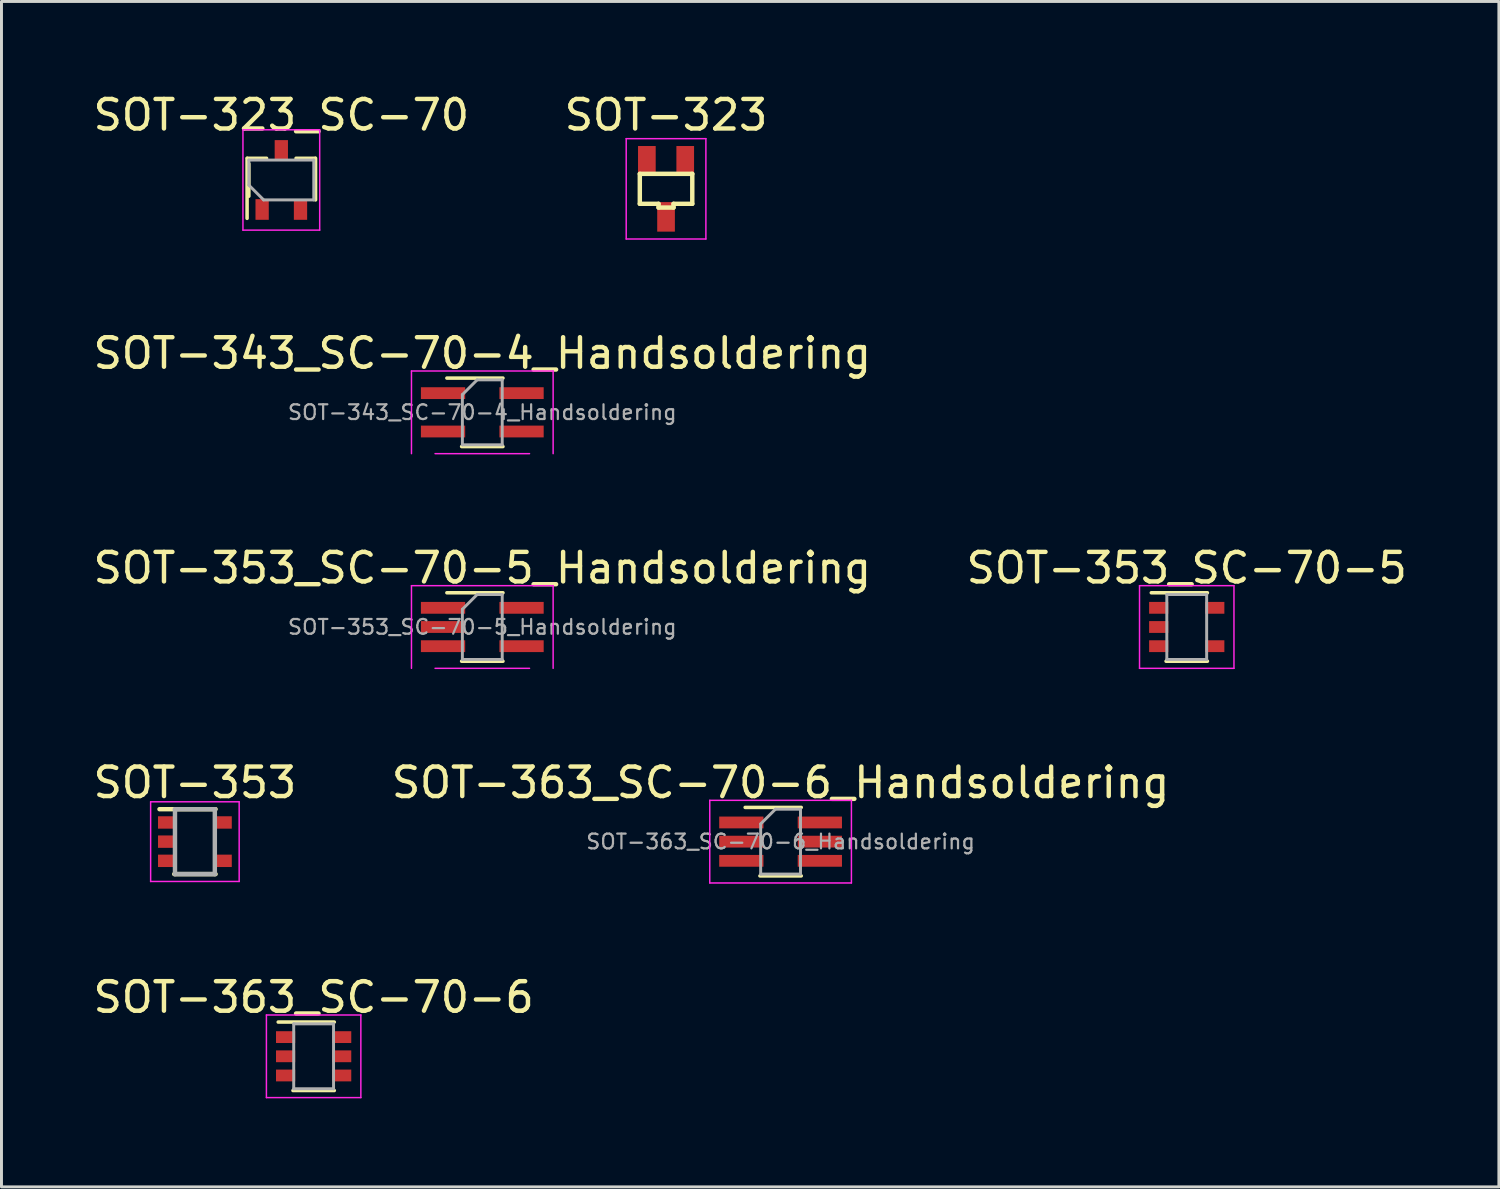
<source format=kicad_pcb>
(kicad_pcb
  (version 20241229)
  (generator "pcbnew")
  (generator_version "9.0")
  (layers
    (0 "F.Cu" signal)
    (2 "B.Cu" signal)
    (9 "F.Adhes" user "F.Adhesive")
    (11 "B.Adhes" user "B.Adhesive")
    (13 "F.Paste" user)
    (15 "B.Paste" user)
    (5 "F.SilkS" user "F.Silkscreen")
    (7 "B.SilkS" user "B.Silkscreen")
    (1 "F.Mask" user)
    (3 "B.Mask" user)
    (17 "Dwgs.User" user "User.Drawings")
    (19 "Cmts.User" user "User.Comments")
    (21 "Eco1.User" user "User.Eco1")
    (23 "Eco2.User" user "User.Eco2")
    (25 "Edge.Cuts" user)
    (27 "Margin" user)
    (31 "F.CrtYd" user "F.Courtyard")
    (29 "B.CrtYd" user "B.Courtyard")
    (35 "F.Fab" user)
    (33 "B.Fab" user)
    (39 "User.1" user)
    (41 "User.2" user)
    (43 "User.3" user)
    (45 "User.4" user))
  (footprint "SOT-323"
    (layer "F.Cu")
    (at 19.518 3.348)
    (property "Reference" "SOT-323" (at 0 -2.5 0) (layer "F.SilkS") (effects (font (size 1 1) (thickness 0.15))))
    (attr smd)
    (fp_line (start -0.889 -0.508) (end -0.889 0.508) (stroke (width 0.15) (type solid)) (layer "F.SilkS"))
    (fp_line (start -0.889 0.508) (end -0.254 0.508) (stroke (width 0.15) (type solid)) (layer "F.SilkS"))
    (fp_line (start -0.254 0.508) (end -0.254 0.635) (stroke (width 0.15) (type solid)) (layer "F.SilkS"))
    (fp_line (start -0.254 0.635) (end 0.254 0.635) (stroke (width 0.15) (type solid)) (layer "F.SilkS"))
    (fp_line (start 0.254 0.508) (end 0.889 0.508) (stroke (width 0.15) (type solid)) (layer "F.SilkS"))
    (fp_line (start 0.254 0.635) (end 0.254 0.508) (stroke (width 0.15) (type solid)) (layer "F.SilkS"))
    (fp_line (start 0.889 -0.508) (end -0.889 -0.508) (stroke (width 0.15) (type solid)) (layer "F.SilkS"))
    (fp_line (start 0.889 0.508) (end 0.889 -0.508) (stroke (width 0.15) (type solid)) (layer "F.SilkS"))
    (fp_line (start -1.35 -1.7) (end -1.35 1.7) (stroke (width 0.05) (type solid)) (layer "F.CrtYd"))
    (fp_line (start -1.35 -1.7) (end 1.35 -1.7) (stroke (width 0.05) (type solid)) (layer "F.CrtYd"))
    (fp_line (start -1.35 1.7) (end 1.35 1.7) (stroke (width 0.05) (type solid)) (layer "F.CrtYd"))
    (fp_line (start 1.35 -1.7) (end 1.35 1.7) (stroke (width 0.05) (type solid)) (layer "F.CrtYd"))
    (pad "1" smd rect (at 0.65 -0.95) (size 0.599 1.001) (layers "F.Cu" "F.Mask" "F.Paste"))
    (pad "2" smd rect (at -0.65 -0.95) (size 0.599 1.001) (layers "F.Cu" "F.Mask" "F.Paste"))
    (pad "3" smd rect (at 0 0.95) (size 0.599 1.001) (layers "F.Cu" "F.Mask" "F.Paste")))
  (footprint "SOT-363_SC-70-6_Handsoldering"
    (layer "F.Cu")
    (at 23.399 25.468)
    (property "Reference" "SOT-363_SC-70-6_Handsoldering" (at 0 -2 0) (layer "F.SilkS") (effects (font (size 1 1) (thickness 0.15))))
    (attr smd)
    (fp_line (start -0.7 1.16) (end 0.7 1.16) (stroke (width 0.12) (type solid)) (layer "F.SilkS"))
    (fp_line (start 0.7 -1.16) (end -1.2 -1.16) (stroke (width 0.12) (type solid)) (layer "F.SilkS"))
    (fp_line (start -2.4 -1.4) (end -2.4 1.4) (stroke (width 0.05) (type solid)) (layer "F.CrtYd"))
    (fp_line (start -2.4 -1.4) (end 2.4 -1.4) (stroke (width 0.05) (type solid)) (layer "F.CrtYd"))
    (fp_line (start -2.4 1.4) (end 2.4 1.4) (stroke (width 0.05) (type solid)) (layer "F.CrtYd"))
    (fp_line (start 2.4 1.4) (end 2.4 -1.4) (stroke (width 0.05) (type solid)) (layer "F.CrtYd"))
    (fp_line (start -0.675 -0.6) (end -0.675 1.1) (stroke (width 0.1) (type solid)) (layer "F.Fab"))
    (fp_line (start -0.175 -1.1) (end -0.675 -0.6) (stroke (width 0.1) (type solid)) (layer "F.Fab"))
    (fp_line (start 0.675 -1.1) (end -0.175 -1.1) (stroke (width 0.1) (type solid)) (layer "F.Fab"))
    (fp_line (start 0.675 -1.1) (end 0.675 1.1) (stroke (width 0.1) (type solid)) (layer "F.Fab"))
    (fp_line (start 0.675 1.1) (end -0.675 1.1) (stroke (width 0.1) (type solid)) (layer "F.Fab"))
    (fp_text user "${REFERENCE}" (at 0 0 0) (layer "F.Fab") (effects (font (size 0.5 0.5) (thickness 0.075))))
    (pad "1" smd rect (at -1.33 -0.65) (size 1.5 0.4) (layers "F.Cu" "F.Mask" "F.Paste"))
    (pad "2" smd rect (at -1.33 0) (size 1.5 0.4) (layers "F.Cu" "F.Mask" "F.Paste"))
    (pad "3" smd rect (at -1.33 0.65) (size 1.5 0.4) (layers "F.Cu" "F.Mask" "F.Paste"))
    (pad "4" smd rect (at 1.33 0.65) (size 1.5 0.4) (layers "F.Cu" "F.Mask" "F.Paste"))
    (pad "5" smd rect (at 1.33 0) (size 1.5 0.4) (layers "F.Cu" "F.Mask" "F.Paste"))
    (pad "6" smd rect (at 1.33 -0.65) (size 1.5 0.4) (layers "F.Cu" "F.Mask" "F.Paste")))
  (footprint "SOT-363_SC-70-6"
    (layer "F.Cu")
    (at 7.577 32.741)
    (property "Reference" "SOT-363_SC-70-6" (at 0 -2 0) (layer "F.SilkS") (effects (font (size 1 1) (thickness 0.15))))
    (attr smd)
    (fp_line (start -0.7 1.16) (end 0.7 1.16) (stroke (width 0.12) (type solid)) (layer "F.SilkS"))
    (fp_line (start 0.7 -1.16) (end -1.2 -1.16) (stroke (width 0.12) (type solid)) (layer "F.SilkS"))
    (fp_line (start -1.6 -1.4) (end -1.6 1.4) (stroke (width 0.05) (type solid)) (layer "F.CrtYd"))
    (fp_line (start -1.6 -1.4) (end 1.6 -1.4) (stroke (width 0.05) (type solid)) (layer "F.CrtYd"))
    (fp_line (start -1.6 1.4) (end 1.6 1.4) (stroke (width 0.05) (type solid)) (layer "F.CrtYd"))
    (fp_line (start 1.6 1.4) (end 1.6 -1.4) (stroke (width 0.05) (type solid)) (layer "F.CrtYd"))
    (fp_line (start -0.675 -1.1) (end -0.675 1.1) (stroke (width 0.1) (type solid)) (layer "F.Fab"))
    (fp_line (start 0.675 -1.1) (end -0.675 -1.1) (stroke (width 0.1) (type solid)) (layer "F.Fab"))
    (fp_line (start 0.675 -1.1) (end 0.675 1.1) (stroke (width 0.1) (type solid)) (layer "F.Fab"))
    (fp_line (start 0.675 1.1) (end -0.675 1.1) (stroke (width 0.1) (type solid)) (layer "F.Fab"))
    (pad "1" smd rect (at -0.95 -0.65) (size 0.65 0.4) (layers "F.Cu" "F.Mask" "F.Paste"))
    (pad "2" smd rect (at -0.95 0) (size 0.65 0.4) (layers "F.Cu" "F.Mask" "F.Paste"))
    (pad "3" smd rect (at -0.95 0.65) (size 0.65 0.4) (layers "F.Cu" "F.Mask" "F.Paste"))
    (pad "4" smd rect (at 0.95 0.65) (size 0.65 0.4) (layers "F.Cu" "F.Mask" "F.Paste"))
    (pad "5" smd rect (at 0.95 0) (size 0.65 0.4) (layers "F.Cu" "F.Mask" "F.Paste"))
    (pad "6" smd rect (at 0.95 -0.65) (size 0.65 0.4) (layers "F.Cu" "F.Mask" "F.Paste")))
  (footprint "SOT-323_SC-70"
    (layer "F.Cu")
    (at 6.482 3.048)
    (property "Reference" "SOT-323_SC-70" (at 0 -2.2 0) (layer "F.SilkS") (effects (font (size 1 1) (thickness 0.15))))
    (attr smd)
    (fp_line (start -1.16 -0.735) (end -1.16 1.3) (stroke (width 0.12) (type solid)) (layer "F.SilkS"))
    (fp_line (start -1.15 -0.735) (end -0.5 -0.735) (stroke (width 0.12) (type solid)) (layer "F.SilkS"))
    (fp_line (start -1.1 -0.55) (end -1.1 0.55) (stroke (width 0.12) (type solid)) (layer "F.SilkS"))
    (fp_line (start 0.5 -0.735) (end 1.15 -0.735) (stroke (width 0.12) (type solid)) (layer "F.SilkS"))
    (fp_line (start 1.16 0.675) (end 1.16 -0.735) (stroke (width 0.12) (type solid)) (layer "F.SilkS"))
    (fp_line (start -1.3 -1.7) (end 1.3 -1.7) (stroke (width 0.05) (type solid)) (layer "F.CrtYd"))
    (fp_line (start -1.3 1.7) (end -1.3 -1.7) (stroke (width 0.05) (type solid)) (layer "F.CrtYd"))
    (fp_line (start 1.3 -1.7) (end 1.3 1.7) (stroke (width 0.05) (type solid)) (layer "F.CrtYd"))
    (fp_line (start 1.3 1.7) (end -1.3 1.7) (stroke (width 0.05) (type solid)) (layer "F.CrtYd"))
    (fp_line (start -1.1 -0.675) (end -1.1 0.175) (stroke (width 0.1) (type solid)) (layer "F.Fab"))
    (fp_line (start -1.1 -0.675) (end 1.1 -0.675) (stroke (width 0.1) (type solid)) (layer "F.Fab"))
    (fp_line (start -1.1 0.175) (end -0.6 0.675) (stroke (width 0.1) (type solid)) (layer "F.Fab"))
    (fp_line (start -0.6 0.675) (end 1.1 0.675) (stroke (width 0.1) (type solid)) (layer "F.Fab"))
    (fp_line (start 1.1 -0.675) (end 1.1 0.675) (stroke (width 0.1) (type solid)) (layer "F.Fab"))
    (pad "1" smd rect (at -0.65 1) (size 0.45 0.7) (layers "F.Cu" "F.Mask" "F.Paste"))
    (pad "2" smd rect (at 0.65 1) (size 0.45 0.7) (layers "F.Cu" "F.Mask" "F.Paste"))
    (pad "3" smd rect (at 0 -1) (size 0.45 0.7) (layers "F.Cu" "F.Mask" "F.Paste")))
  (footprint "SOT-353"
    (layer "F.Cu")
    (at 3.554 25.468)
    (property "Reference" "SOT-353" (at 0 -2 0) (layer "F.SilkS") (effects (font (size 1 1) (thickness 0.15))))
    (attr smd)
    (fp_line (start -0.7 1.1) (end 0.7 1.1) (stroke (width 0.15) (type solid)) (layer "F.SilkS"))
    (fp_line (start 0.7 -1.1) (end -1.2 -1.1) (stroke (width 0.15) (type solid)) (layer "F.SilkS"))
    (fp_line (start -1.5 -1.35) (end -1.5 1.35) (stroke (width 0.05) (type solid)) (layer "F.CrtYd"))
    (fp_line (start -1.5 -1.35) (end 1.5 -1.35) (stroke (width 0.05) (type solid)) (layer "F.CrtYd"))
    (fp_line (start -1.5 1.35) (end 1.5 1.35) (stroke (width 0.05) (type solid)) (layer "F.CrtYd"))
    (fp_line (start 1.5 1.35) (end 1.5 -1.35) (stroke (width 0.05) (type solid)) (layer "F.CrtYd"))
    (fp_line (start -0.675 -1.1) (end -0.675 1.1) (stroke (width 0.15) (type solid)) (layer "F.Fab"))
    (fp_line (start 0.675 -1.1) (end -0.675 -1.1) (stroke (width 0.15) (type solid)) (layer "F.Fab"))
    (fp_line (start 0.675 -1.1) (end 0.675 1.1) (stroke (width 0.15) (type solid)) (layer "F.Fab"))
    (fp_line (start 0.675 1.1) (end -0.675 1.1) (stroke (width 0.15) (type solid)) (layer "F.Fab"))
    (pad "1" smd rect (at -0.95 -0.65) (size 0.6 0.42) (layers "F.Cu" "F.Mask" "F.Paste"))
    (pad "2" smd rect (at -0.95 0) (size 0.6 0.42) (layers "F.Cu" "F.Mask" "F.Paste"))
    (pad "3" smd rect (at -0.95 0.65) (size 0.6 0.42) (layers "F.Cu" "F.Mask" "F.Paste"))
    (pad "4" smd rect (at 0.95 0.65) (size 0.6 0.42) (layers "F.Cu" "F.Mask" "F.Paste"))
    (pad "5" smd rect (at 0.95 -0.65) (size 0.6 0.42) (layers "F.Cu" "F.Mask" "F.Paste")))
  (footprint "SOT-353_SC-70-5_Handsoldering"
    (layer "F.Cu")
    (at 13.292 18.195)
    (property "Reference" "SOT-353_SC-70-5_Handsoldering" (at 0 -2 0) (layer "F.SilkS") (effects (font (size 1 1) (thickness 0.15))))
    (attr smd)
    (fp_line (start -0.7 1.16) (end 0.7 1.16) (stroke (width 0.12) (type solid)) (layer "F.SilkS"))
    (fp_line (start 0.7 -1.16) (end -1.2 -1.16) (stroke (width 0.12) (type solid)) (layer "F.SilkS"))
    (fp_line (start -2.4 -1.4) (end -2.4 1.4) (stroke (width 0.05) (type solid)) (layer "F.CrtYd"))
    (fp_line (start -2.4 -1.4) (end 2.4 -1.4) (stroke (width 0.05) (type solid)) (layer "F.CrtYd"))
    (fp_line (start -1.6 1.4) (end 1.6 1.4) (stroke (width 0.05) (type solid)) (layer "F.CrtYd"))
    (fp_line (start 2.4 1.4) (end 2.4 -1.4) (stroke (width 0.05) (type solid)) (layer "F.CrtYd"))
    (fp_line (start -0.675 -0.6) (end -0.675 1.1) (stroke (width 0.1) (type solid)) (layer "F.Fab"))
    (fp_line (start -0.175 -1.1) (end -0.675 -0.6) (stroke (width 0.1) (type solid)) (layer "F.Fab"))
    (fp_line (start 0.675 -1.1) (end -0.175 -1.1) (stroke (width 0.1) (type solid)) (layer "F.Fab"))
    (fp_line (start 0.675 -1.1) (end 0.675 1.1) (stroke (width 0.1) (type solid)) (layer "F.Fab"))
    (fp_line (start 0.675 1.1) (end -0.675 1.1) (stroke (width 0.1) (type solid)) (layer "F.Fab"))
    (fp_text user "${REFERENCE}" (at 0 0 0) (layer "F.Fab") (effects (font (size 0.5 0.5) (thickness 0.075))))
    (pad "1" smd rect (at -1.33 -0.65) (size 1.5 0.4) (layers "F.Cu" "F.Mask" "F.Paste"))
    (pad "2" smd rect (at -1.33 0) (size 1.5 0.4) (layers "F.Cu" "F.Mask" "F.Paste"))
    (pad "3" smd rect (at -1.33 0.65) (size 1.5 0.4) (layers "F.Cu" "F.Mask" "F.Paste"))
    (pad "4" smd rect (at 1.33 0.65) (size 1.5 0.4) (layers "F.Cu" "F.Mask" "F.Paste"))
    (pad "5" smd rect (at 1.33 -0.65) (size 1.5 0.4) (layers "F.Cu" "F.Mask" "F.Paste")))
  (footprint "SOT-343_SC-70-4_Handsoldering"
    (layer "F.Cu")
    (at 13.292 10.921)
    (property "Reference" "SOT-343_SC-70-4_Handsoldering" (at 0 -2 0) (layer "F.SilkS") (effects (font (size 1 1) (thickness 0.15))))
    (attr smd)
    (fp_line (start -0.7 1.16) (end 0.7 1.16) (stroke (width 0.12) (type solid)) (layer "F.SilkS"))
    (fp_line (start 0.7 -1.16) (end -1.2 -1.16) (stroke (width 0.12) (type solid)) (layer "F.SilkS"))
    (fp_line (start -2.4 -1.4) (end -2.4 1.4) (stroke (width 0.05) (type solid)) (layer "F.CrtYd"))
    (fp_line (start -2.4 -1.4) (end 2.4 -1.4) (stroke (width 0.05) (type solid)) (layer "F.CrtYd"))
    (fp_line (start -1.6 1.4) (end 1.6 1.4) (stroke (width 0.05) (type solid)) (layer "F.CrtYd"))
    (fp_line (start 2.4 1.4) (end 2.4 -1.4) (stroke (width 0.05) (type solid)) (layer "F.CrtYd"))
    (fp_line (start -0.675 -0.6) (end -0.675 1.1) (stroke (width 0.1) (type solid)) (layer "F.Fab"))
    (fp_line (start -0.175 -1.1) (end -0.675 -0.6) (stroke (width 0.1) (type solid)) (layer "F.Fab"))
    (fp_line (start 0.675 -1.1) (end -0.175 -1.1) (stroke (width 0.1) (type solid)) (layer "F.Fab"))
    (fp_line (start 0.675 -1.1) (end 0.675 1.1) (stroke (width 0.1) (type solid)) (layer "F.Fab"))
    (fp_line (start 0.675 1.1) (end -0.675 1.1) (stroke (width 0.1) (type solid)) (layer "F.Fab"))
    (fp_text user "${REFERENCE}" (at 0 0 0) (layer "F.Fab") (effects (font (size 0.5 0.5) (thickness 0.075))))
    (pad "1" smd rect (at -1.33 -0.65) (size 1.5 0.4) (layers "F.Cu" "F.Mask" "F.Paste"))
    (pad "2" smd rect (at -1.33 0.65) (size 1.5 0.4) (layers "F.Cu" "F.Mask" "F.Paste"))
    (pad "3" smd rect (at 1.33 0.65) (size 1.5 0.4) (layers "F.Cu" "F.Mask" "F.Paste"))
    (pad "4" smd rect (at 1.33 -0.65) (size 1.5 0.4) (layers "F.Cu" "F.Mask" "F.Paste")))
  (footprint "SOT-353_SC-70-5"
    (layer "F.Cu")
    (at 37.161 18.195)
    (property "Reference" "SOT-353_SC-70-5" (at 0 -2 0) (layer "F.SilkS") (effects (font (size 1 1) (thickness 0.15))))
    (attr smd)
    (fp_line (start -0.7 1.16) (end 0.7 1.16) (stroke (width 0.12) (type solid)) (layer "F.SilkS"))
    (fp_line (start 0.7 -1.16) (end -1.2 -1.16) (stroke (width 0.12) (type solid)) (layer "F.SilkS"))
    (fp_line (start -1.6 -1.4) (end -1.6 1.4) (stroke (width 0.05) (type solid)) (layer "F.CrtYd"))
    (fp_line (start -1.6 -1.4) (end 1.6 -1.4) (stroke (width 0.05) (type solid)) (layer "F.CrtYd"))
    (fp_line (start -1.6 1.4) (end 1.6 1.4) (stroke (width 0.05) (type solid)) (layer "F.CrtYd"))
    (fp_line (start 1.6 1.4) (end 1.6 -1.4) (stroke (width 0.05) (type solid)) (layer "F.CrtYd"))
    (fp_line (start -0.675 -1.1) (end -0.675 1.1) (stroke (width 0.1) (type solid)) (layer "F.Fab"))
    (fp_line (start 0.675 -1.1) (end -0.675 -1.1) (stroke (width 0.1) (type solid)) (layer "F.Fab"))
    (fp_line (start 0.675 -1.1) (end 0.675 1.1) (stroke (width 0.1) (type solid)) (layer "F.Fab"))
    (fp_line (start 0.675 1.1) (end -0.675 1.1) (stroke (width 0.1) (type solid)) (layer "F.Fab"))
    (pad "1" smd rect (at -0.95 -0.65) (size 0.65 0.4) (layers "F.Cu" "F.Mask" "F.Paste"))
    (pad "2" smd rect (at -0.95 0) (size 0.65 0.4) (layers "F.Cu" "F.Mask" "F.Paste"))
    (pad "3" smd rect (at -0.95 0.65) (size 0.65 0.4) (layers "F.Cu" "F.Mask" "F.Paste"))
    (pad "4" smd rect (at 0.95 0.65) (size 0.65 0.4) (layers "F.Cu" "F.Mask" "F.Paste"))
    (pad "5" smd rect (at 0.95 -0.65) (size 0.65 0.4) (layers "F.Cu" "F.Mask" "F.Paste")))
  (gr_rect
    (start -3 -3)
    (end 47.738 37.166)
    (stroke (width 0.1) (type default))
    (fill no)
    (layer "Edge.Cuts")))
</source>
